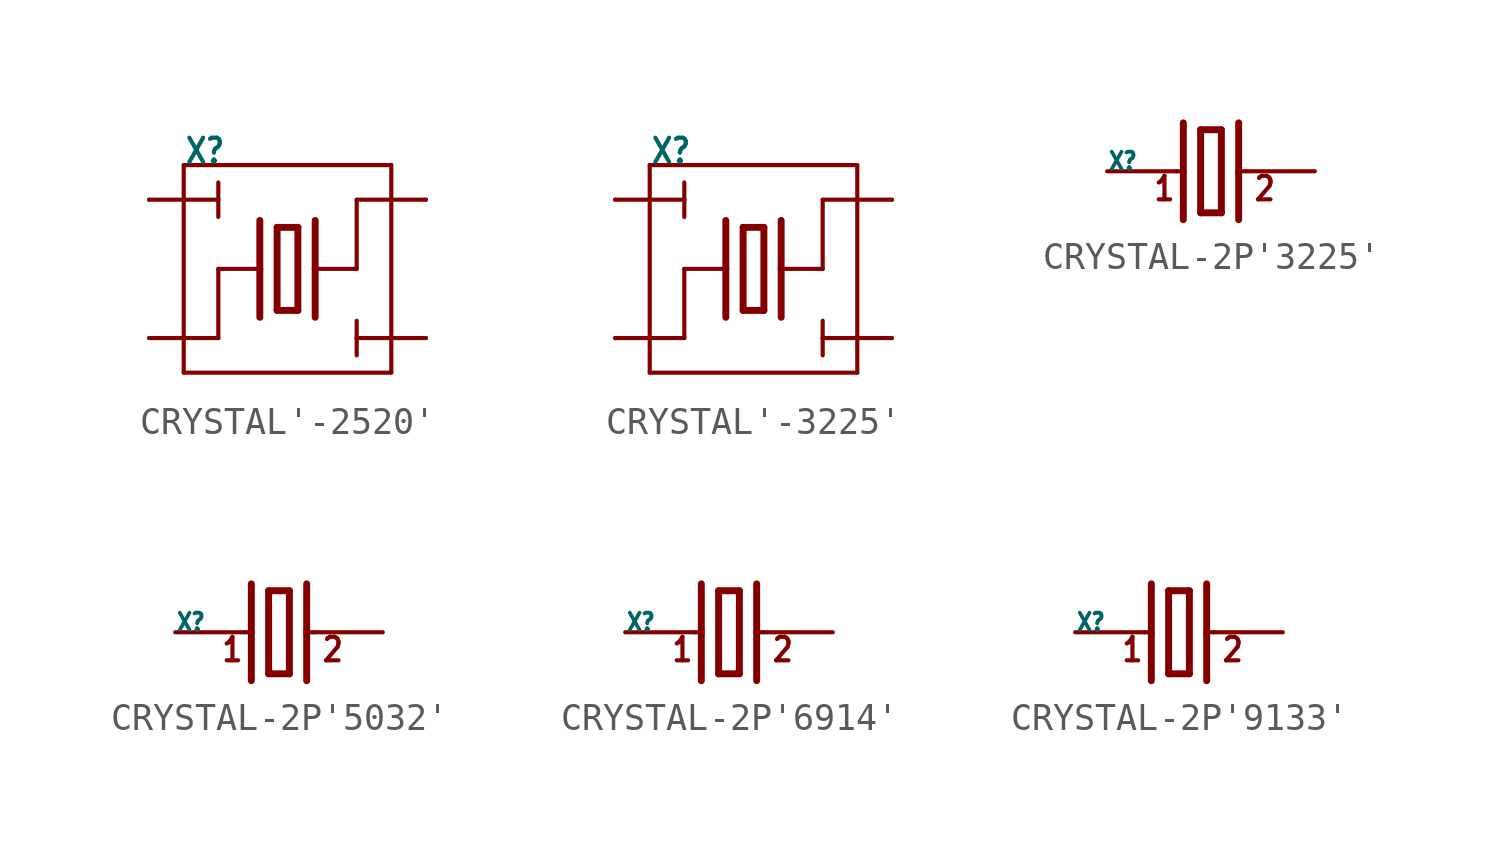
<source format=kicad_sym>
(kicad_symbol_lib
  (version 20231120)
  (generator "kicad_symbol_editor")
  (generator_version "8.0")
  (symbol "CRYSTAL'-2520'"
    (property "Reference" "X"
      (at -3.81 3.81 0)
      (effects (font (size 0.889 0.756)) (justify left bottom)))
    (property "Value" ""
      (at 0 3.81 0)
      (effects (font (size 0.889 0.756)) (justify left bottom)))
    (property "ki_locked" ""
      (at 0 0 0)
      (effects (font (size 1.27 1.27))))
    (symbol "CRYSTAL'-2520'_1_0"
      (polyline (pts (xy -3.81 -3.81) (xy -3.81 -2.54)) (stroke (width 0.152) (type solid)) (fill (type none)))
      (polyline (pts (xy -3.81 -2.54) (xy -5.08 -2.54)) (stroke (width 0.152) (type solid)) (fill (type none)))
      (polyline (pts (xy -3.81 -2.54) (xy -3.81 2.54)) (stroke (width 0.152) (type solid)) (fill (type none)))
      (polyline (pts (xy -3.81 2.54) (xy -5.08 2.54)) (stroke (width 0.152) (type solid)) (fill (type none)))
      (polyline (pts (xy -3.81 2.54) (xy -3.81 3.81)) (stroke (width 0.152) (type solid)) (fill (type none)))
      (polyline (pts (xy -3.81 2.54) (xy -2.54 2.54)) (stroke (width 0.152) (type solid)) (fill (type none)))
      (polyline (pts (xy -3.81 3.81) (xy 3.81 3.81)) (stroke (width 0.152) (type solid)) (fill (type none)))
      (polyline (pts (xy -2.54 -2.54) (xy -3.81 -2.54)) (stroke (width 0.152) (type solid)) (fill (type none)))
      (polyline (pts (xy -2.54 -2.54) (xy -2.54 0)) (stroke (width 0.152) (type solid)) (fill (type none)))
      (polyline (pts (xy -2.54 0) (xy -1.016 0)) (stroke (width 0.152) (type solid)) (fill (type none)))
      (polyline (pts (xy -2.54 2.54) (xy -2.54 1.905)) (stroke (width 0.152) (type solid)) (fill (type none)))
      (polyline (pts (xy -2.54 2.54) (xy -2.54 3.175)) (stroke (width 0.152) (type solid)) (fill (type none)))
      (polyline (pts (xy -1.016 0) (xy -1.016 -1.778)) (stroke (width 0.254) (type solid)) (fill (type none)))
      (polyline (pts (xy -1.016 1.778) (xy -1.016 0)) (stroke (width 0.254) (type solid)) (fill (type none)))
      (polyline (pts (xy -0.381 -1.524) (xy 0.381 -1.524)) (stroke (width 0.254) (type solid)) (fill (type none)))
      (polyline (pts (xy -0.381 1.524) (xy -0.381 -1.524)) (stroke (width 0.254) (type solid)) (fill (type none)))
      (polyline (pts (xy 0.381 -1.524) (xy 0.381 1.524)) (stroke (width 0.254) (type solid)) (fill (type none)))
      (polyline (pts (xy 0.381 1.524) (xy -0.381 1.524)) (stroke (width 0.254) (type solid)) (fill (type none)))
      (polyline (pts (xy 1.016 0) (xy 1.016 -1.778)) (stroke (width 0.254) (type solid)) (fill (type none)))
      (polyline (pts (xy 1.016 0) (xy 2.54 0)) (stroke (width 0.152) (type solid)) (fill (type none)))
      (polyline (pts (xy 1.016 1.778) (xy 1.016 0)) (stroke (width 0.254) (type solid)) (fill (type none)))
      (polyline (pts (xy 2.54 -2.54) (xy 2.54 -3.175)) (stroke (width 0.152) (type solid)) (fill (type none)))
      (polyline (pts (xy 2.54 -2.54) (xy 2.54 -1.905)) (stroke (width 0.152) (type solid)) (fill (type none)))
      (polyline (pts (xy 2.54 0) (xy 2.54 2.54)) (stroke (width 0.152) (type solid)) (fill (type none)))
      (polyline (pts (xy 2.54 2.54) (xy 3.81 2.54)) (stroke (width 0.152) (type solid)) (fill (type none)))
      (polyline (pts (xy 3.81 -3.81) (xy -3.81 -3.81)) (stroke (width 0.152) (type solid)) (fill (type none)))
      (polyline (pts (xy 3.81 -2.54) (xy 2.54 -2.54)) (stroke (width 0.152) (type solid)) (fill (type none)))
      (polyline (pts (xy 3.81 -2.54) (xy 3.81 -3.81)) (stroke (width 0.152) (type solid)) (fill (type none)))
      (polyline (pts (xy 3.81 -2.54) (xy 5.08 -2.54)) (stroke (width 0.152) (type solid)) (fill (type none)))
      (polyline (pts (xy 3.81 2.54) (xy 3.81 -2.54)) (stroke (width 0.152) (type solid)) (fill (type none)))
      (polyline (pts (xy 3.81 2.54) (xy 5.08 2.54)) (stroke (width 0.152) (type solid)) (fill (type none)))
      (polyline (pts (xy 3.81 3.81) (xy 3.81 2.54)) (stroke (width 0.152) (type solid)) (fill (type none)))
      (pin bidirectional line (at -5.08 2.54 0) (length 0) (name "1" (effects (font (size 0 0)))) (number "1" (effects (font (size 0 0)))))
      (pin passive line (at -5.08 -2.54 0) (length 0) (name "2" (effects (font (size 0 0)))) (number "2" (effects (font (size 0 0)))))
      (pin bidirectional line (at 5.08 -2.54 180) (length 0) (name "3" (effects (font (size 0 0)))) (number "3" (effects (font (size 0 0)))))
      (pin passive line (at 5.08 2.54 180) (length 0) (name "4" (effects (font (size 0 0)))) (number "4" (effects (font (size 0 0)))))))
  (symbol "CRYSTAL'-3225'"
    (property "Reference" "X"
      (at -3.81 3.81 0)
      (effects (font (size 0.889 0.756)) (justify left bottom)))
    (property "Value" ""
      (at 0 3.81 0)
      (effects (font (size 0.889 0.756)) (justify left bottom)))
    (property "ki_locked" ""
      (at 0 0 0)
      (effects (font (size 1.27 1.27))))
    (symbol "CRYSTAL'-3225'_1_0"
      (polyline (pts (xy -3.81 -3.81) (xy -3.81 -2.54)) (stroke (width 0.152) (type solid)) (fill (type none)))
      (polyline (pts (xy -3.81 -2.54) (xy -5.08 -2.54)) (stroke (width 0.152) (type solid)) (fill (type none)))
      (polyline (pts (xy -3.81 -2.54) (xy -3.81 2.54)) (stroke (width 0.152) (type solid)) (fill (type none)))
      (polyline (pts (xy -3.81 2.54) (xy -5.08 2.54)) (stroke (width 0.152) (type solid)) (fill (type none)))
      (polyline (pts (xy -3.81 2.54) (xy -3.81 3.81)) (stroke (width 0.152) (type solid)) (fill (type none)))
      (polyline (pts (xy -3.81 2.54) (xy -2.54 2.54)) (stroke (width 0.152) (type solid)) (fill (type none)))
      (polyline (pts (xy -3.81 3.81) (xy 3.81 3.81)) (stroke (width 0.152) (type solid)) (fill (type none)))
      (polyline (pts (xy -2.54 -2.54) (xy -3.81 -2.54)) (stroke (width 0.152) (type solid)) (fill (type none)))
      (polyline (pts (xy -2.54 -2.54) (xy -2.54 0)) (stroke (width 0.152) (type solid)) (fill (type none)))
      (polyline (pts (xy -2.54 0) (xy -1.016 0)) (stroke (width 0.152) (type solid)) (fill (type none)))
      (polyline (pts (xy -2.54 2.54) (xy -2.54 1.905)) (stroke (width 0.152) (type solid)) (fill (type none)))
      (polyline (pts (xy -2.54 2.54) (xy -2.54 3.175)) (stroke (width 0.152) (type solid)) (fill (type none)))
      (polyline (pts (xy -1.016 0) (xy -1.016 -1.778)) (stroke (width 0.254) (type solid)) (fill (type none)))
      (polyline (pts (xy -1.016 1.778) (xy -1.016 0)) (stroke (width 0.254) (type solid)) (fill (type none)))
      (polyline (pts (xy -0.381 -1.524) (xy 0.381 -1.524)) (stroke (width 0.254) (type solid)) (fill (type none)))
      (polyline (pts (xy -0.381 1.524) (xy -0.381 -1.524)) (stroke (width 0.254) (type solid)) (fill (type none)))
      (polyline (pts (xy 0.381 -1.524) (xy 0.381 1.524)) (stroke (width 0.254) (type solid)) (fill (type none)))
      (polyline (pts (xy 0.381 1.524) (xy -0.381 1.524)) (stroke (width 0.254) (type solid)) (fill (type none)))
      (polyline (pts (xy 1.016 0) (xy 1.016 -1.778)) (stroke (width 0.254) (type solid)) (fill (type none)))
      (polyline (pts (xy 1.016 0) (xy 2.54 0)) (stroke (width 0.152) (type solid)) (fill (type none)))
      (polyline (pts (xy 1.016 1.778) (xy 1.016 0)) (stroke (width 0.254) (type solid)) (fill (type none)))
      (polyline (pts (xy 2.54 -2.54) (xy 2.54 -3.175)) (stroke (width 0.152) (type solid)) (fill (type none)))
      (polyline (pts (xy 2.54 -2.54) (xy 2.54 -1.905)) (stroke (width 0.152) (type solid)) (fill (type none)))
      (polyline (pts (xy 2.54 0) (xy 2.54 2.54)) (stroke (width 0.152) (type solid)) (fill (type none)))
      (polyline (pts (xy 2.54 2.54) (xy 3.81 2.54)) (stroke (width 0.152) (type solid)) (fill (type none)))
      (polyline (pts (xy 3.81 -3.81) (xy -3.81 -3.81)) (stroke (width 0.152) (type solid)) (fill (type none)))
      (polyline (pts (xy 3.81 -2.54) (xy 2.54 -2.54)) (stroke (width 0.152) (type solid)) (fill (type none)))
      (polyline (pts (xy 3.81 -2.54) (xy 3.81 -3.81)) (stroke (width 0.152) (type solid)) (fill (type none)))
      (polyline (pts (xy 3.81 -2.54) (xy 5.08 -2.54)) (stroke (width 0.152) (type solid)) (fill (type none)))
      (polyline (pts (xy 3.81 2.54) (xy 3.81 -2.54)) (stroke (width 0.152) (type solid)) (fill (type none)))
      (polyline (pts (xy 3.81 2.54) (xy 5.08 2.54)) (stroke (width 0.152) (type solid)) (fill (type none)))
      (polyline (pts (xy 3.81 3.81) (xy 3.81 2.54)) (stroke (width 0.152) (type solid)) (fill (type none)))
      (pin bidirectional line (at -5.08 2.54 0) (length 0) (name "1" (effects (font (size 0 0)))) (number "1" (effects (font (size 0 0)))))
      (pin passive line (at -5.08 -2.54 0) (length 0) (name "2" (effects (font (size 0 0)))) (number "2" (effects (font (size 0 0)))))
      (pin bidirectional line (at 5.08 -2.54 180) (length 0) (name "3" (effects (font (size 0 0)))) (number "3" (effects (font (size 0 0)))))
      (pin passive line (at 5.08 2.54 180) (length 0) (name "4" (effects (font (size 0 0)))) (number "4" (effects (font (size 0 0)))))))
  (symbol "CRYSTAL-2P'3225'"
    (property "Reference" "X"
      (at -3.81 0 0)
      (effects (font (size 0.635 0.54)) (justify left bottom)))
    (property "Value" ""
      (at 0 0 0)
      (effects (font (size 0.635 0.54)) (justify left bottom)))
    (property "ki_locked" ""
      (at 0 0 0)
      (effects (font (size 1.27 1.27))))
    (symbol "CRYSTAL-2P'3225'_1_0"
      (polyline (pts (xy -1.27 0) (xy -1.016 0)) (stroke (width 0.152) (type solid)) (fill (type none)))
      (polyline (pts (xy -1.016 0) (xy -1.016 -1.778)) (stroke (width 0.254) (type solid)) (fill (type none)))
      (polyline (pts (xy -1.016 1.778) (xy -1.016 0)) (stroke (width 0.254) (type solid)) (fill (type none)))
      (polyline (pts (xy -0.381 -1.524) (xy 0.381 -1.524)) (stroke (width 0.254) (type solid)) (fill (type none)))
      (polyline (pts (xy -0.381 1.524) (xy -0.381 -1.524)) (stroke (width 0.254) (type solid)) (fill (type none)))
      (polyline (pts (xy 0.381 -1.524) (xy 0.381 1.524)) (stroke (width 0.254) (type solid)) (fill (type none)))
      (polyline (pts (xy 0.381 1.524) (xy -0.381 1.524)) (stroke (width 0.254) (type solid)) (fill (type none)))
      (polyline (pts (xy 1.016 0) (xy 1.016 -1.778)) (stroke (width 0.254) (type solid)) (fill (type none)))
      (polyline (pts (xy 1.016 0) (xy 1.27 0)) (stroke (width 0.152) (type solid)) (fill (type none)))
      (polyline (pts (xy 1.016 1.778) (xy 1.016 0)) (stroke (width 0.254) (type solid)) (fill (type none)))
      (text "1" (at -2.159 -1.143 0) (effects (font (size 0.864 0.734)) (justify left bottom)))
      (text "2" (at 1.524 -1.143 0) (effects (font (size 0.864 0.734)) (justify left bottom)))
      (pin passive line (at -3.81 0 0) (length 2.54) (name "1" (effects (font (size 0 0)))) (number "1" (effects (font (size 0 0)))))
      (pin passive line (at 3.81 0 180) (length 2.54) (name "2" (effects (font (size 0 0)))) (number "3" (effects (font (size 0 0)))))))
  (symbol "CRYSTAL-2P'5032'"
    (property "Reference" "X"
      (at -3.81 0 0)
      (effects (font (size 0.635 0.54)) (justify left bottom)))
    (property "Value" ""
      (at 0 0 0)
      (effects (font (size 0.635 0.54)) (justify left bottom)))
    (property "ki_locked" ""
      (at 0 0 0)
      (effects (font (size 1.27 1.27))))
    (symbol "CRYSTAL-2P'5032'_1_0"
      (polyline (pts (xy -1.27 0) (xy -1.016 0)) (stroke (width 0.152) (type solid)) (fill (type none)))
      (polyline (pts (xy -1.016 0) (xy -1.016 -1.778)) (stroke (width 0.254) (type solid)) (fill (type none)))
      (polyline (pts (xy -1.016 1.778) (xy -1.016 0)) (stroke (width 0.254) (type solid)) (fill (type none)))
      (polyline (pts (xy -0.381 -1.524) (xy 0.381 -1.524)) (stroke (width 0.254) (type solid)) (fill (type none)))
      (polyline (pts (xy -0.381 1.524) (xy -0.381 -1.524)) (stroke (width 0.254) (type solid)) (fill (type none)))
      (polyline (pts (xy 0.381 -1.524) (xy 0.381 1.524)) (stroke (width 0.254) (type solid)) (fill (type none)))
      (polyline (pts (xy 0.381 1.524) (xy -0.381 1.524)) (stroke (width 0.254) (type solid)) (fill (type none)))
      (polyline (pts (xy 1.016 0) (xy 1.016 -1.778)) (stroke (width 0.254) (type solid)) (fill (type none)))
      (polyline (pts (xy 1.016 0) (xy 1.27 0)) (stroke (width 0.152) (type solid)) (fill (type none)))
      (polyline (pts (xy 1.016 1.778) (xy 1.016 0)) (stroke (width 0.254) (type solid)) (fill (type none)))
      (text "1" (at -2.159 -1.143 0) (effects (font (size 0.864 0.734)) (justify left bottom)))
      (text "2" (at 1.524 -1.143 0) (effects (font (size 0.864 0.734)) (justify left bottom)))
      (pin passive line (at -3.81 0 0) (length 2.54) (name "1" (effects (font (size 0 0)))) (number "1" (effects (font (size 0 0)))))
      (pin passive line (at 3.81 0 180) (length 2.54) (name "2" (effects (font (size 0 0)))) (number "2" (effects (font (size 0 0)))))))
  (symbol "CRYSTAL-2P'6914'"
    (property "Reference" "X"
      (at -3.81 0 0)
      (effects (font (size 0.635 0.54)) (justify left bottom)))
    (property "Value" ""
      (at 0 0 0)
      (effects (font (size 0.635 0.54)) (justify left bottom)))
    (property "ki_locked" ""
      (at 0 0 0)
      (effects (font (size 1.27 1.27))))
    (symbol "CRYSTAL-2P'6914'_1_0"
      (polyline (pts (xy -1.27 0) (xy -1.016 0)) (stroke (width 0.152) (type solid)) (fill (type none)))
      (polyline (pts (xy -1.016 0) (xy -1.016 -1.778)) (stroke (width 0.254) (type solid)) (fill (type none)))
      (polyline (pts (xy -1.016 1.778) (xy -1.016 0)) (stroke (width 0.254) (type solid)) (fill (type none)))
      (polyline (pts (xy -0.381 -1.524) (xy 0.381 -1.524)) (stroke (width 0.254) (type solid)) (fill (type none)))
      (polyline (pts (xy -0.381 1.524) (xy -0.381 -1.524)) (stroke (width 0.254) (type solid)) (fill (type none)))
      (polyline (pts (xy 0.381 -1.524) (xy 0.381 1.524)) (stroke (width 0.254) (type solid)) (fill (type none)))
      (polyline (pts (xy 0.381 1.524) (xy -0.381 1.524)) (stroke (width 0.254) (type solid)) (fill (type none)))
      (polyline (pts (xy 1.016 0) (xy 1.016 -1.778)) (stroke (width 0.254) (type solid)) (fill (type none)))
      (polyline (pts (xy 1.016 0) (xy 1.27 0)) (stroke (width 0.152) (type solid)) (fill (type none)))
      (polyline (pts (xy 1.016 1.778) (xy 1.016 0)) (stroke (width 0.254) (type solid)) (fill (type none)))
      (text "1" (at -2.159 -1.143 0) (effects (font (size 0.864 0.734)) (justify left bottom)))
      (text "2" (at 1.524 -1.143 0) (effects (font (size 0.864 0.734)) (justify left bottom)))
      (pin passive line (at -3.81 0 0) (length 2.54) (name "1" (effects (font (size 0 0)))) (number "1" (effects (font (size 0 0)))))
      (pin passive line (at 3.81 0 180) (length 2.54) (name "2" (effects (font (size 0 0)))) (number "4" (effects (font (size 0 0)))))))
  (symbol "CRYSTAL-2P'9133'"
    (property "Reference" "X"
      (at -3.81 0 0)
      (effects (font (size 0.635 0.54)) (justify left bottom)))
    (property "Value" ""
      (at 0 0 0)
      (effects (font (size 0.635 0.54)) (justify left bottom)))
    (property "ki_locked" ""
      (at 0 0 0)
      (effects (font (size 1.27 1.27))))
    (symbol "CRYSTAL-2P'9133'_1_0"
      (polyline (pts (xy -1.27 0) (xy -1.016 0)) (stroke (width 0.152) (type solid)) (fill (type none)))
      (polyline (pts (xy -1.016 0) (xy -1.016 -1.778)) (stroke (width 0.254) (type solid)) (fill (type none)))
      (polyline (pts (xy -1.016 1.778) (xy -1.016 0)) (stroke (width 0.254) (type solid)) (fill (type none)))
      (polyline (pts (xy -0.381 -1.524) (xy 0.381 -1.524)) (stroke (width 0.254) (type solid)) (fill (type none)))
      (polyline (pts (xy -0.381 1.524) (xy -0.381 -1.524)) (stroke (width 0.254) (type solid)) (fill (type none)))
      (polyline (pts (xy 0.381 -1.524) (xy 0.381 1.524)) (stroke (width 0.254) (type solid)) (fill (type none)))
      (polyline (pts (xy 0.381 1.524) (xy -0.381 1.524)) (stroke (width 0.254) (type solid)) (fill (type none)))
      (polyline (pts (xy 1.016 0) (xy 1.016 -1.778)) (stroke (width 0.254) (type solid)) (fill (type none)))
      (polyline (pts (xy 1.016 0) (xy 1.27 0)) (stroke (width 0.152) (type solid)) (fill (type none)))
      (polyline (pts (xy 1.016 1.778) (xy 1.016 0)) (stroke (width 0.254) (type solid)) (fill (type none)))
      (text "1" (at -2.159 -1.143 0) (effects (font (size 0.864 0.734)) (justify left bottom)))
      (text "2" (at 1.524 -1.143 0) (effects (font (size 0.864 0.734)) (justify left bottom)))
      (pin passive line (at -3.81 0 0) (length 2.54) (name "1" (effects (font (size 0 0)))) (number "1" (effects (font (size 0 0)))))
      (pin passive line (at 3.81 0 180) (length 2.54) (name "2" (effects (font (size 0 0)))) (number "2" (effects (font (size 0 0))))))))
</source>
